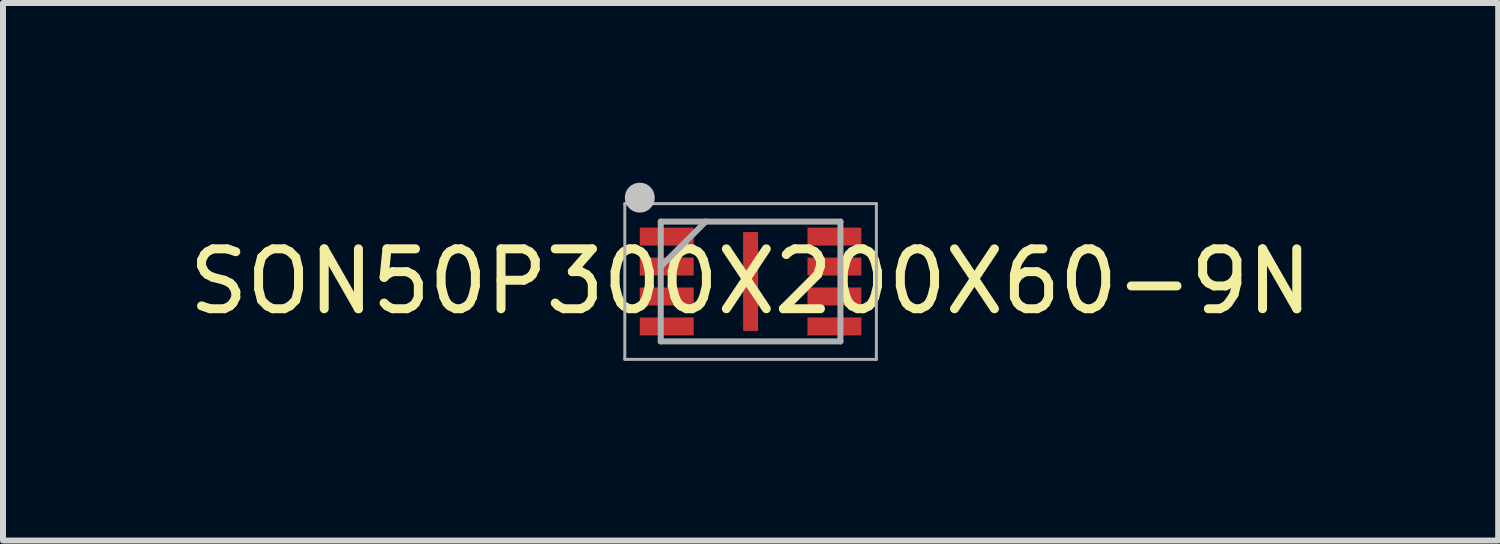
<source format=kicad_pcb>
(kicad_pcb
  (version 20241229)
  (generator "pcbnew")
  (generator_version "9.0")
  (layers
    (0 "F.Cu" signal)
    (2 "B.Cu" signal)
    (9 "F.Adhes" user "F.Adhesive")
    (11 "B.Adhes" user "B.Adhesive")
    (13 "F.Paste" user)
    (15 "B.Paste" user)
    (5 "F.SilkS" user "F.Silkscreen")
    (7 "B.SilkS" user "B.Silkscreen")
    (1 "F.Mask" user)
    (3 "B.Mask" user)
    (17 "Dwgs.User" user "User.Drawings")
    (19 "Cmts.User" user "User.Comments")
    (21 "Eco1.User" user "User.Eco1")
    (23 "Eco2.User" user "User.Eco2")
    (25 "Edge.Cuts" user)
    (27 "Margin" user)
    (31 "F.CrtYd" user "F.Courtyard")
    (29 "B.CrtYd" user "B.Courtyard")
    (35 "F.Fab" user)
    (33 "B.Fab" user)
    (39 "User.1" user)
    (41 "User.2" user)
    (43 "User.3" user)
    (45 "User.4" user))
  (footprint "SON50P300X200X60-9N"
    (layer "F.Cu")
    (at 9.482 1.65)
    (property "Reference" "SON50P300X200X60-9N" (at 0 0 0) (layer "F.SilkS") (effects (font (size 1 1) (thickness 0.15))))
    (attr smd)
    (fp_circle (center -1.85 -1.4) (end -1.725 -1.4) (stroke (width 0.25) (type solid)) (fill no) (layer "Dwgs.User"))
    (fp_line (start -2.1 -1.3) (end 2.1 -1.3) (stroke (width 0.05) (type solid)) (layer "F.Fab"))
    (fp_line (start -2.1 1.3) (end -2.1 -1.3) (stroke (width 0.05) (type solid)) (layer "F.Fab"))
    (fp_line (start -1.5 -1) (end -0.75 -1) (stroke (width 0.1) (type solid)) (layer "F.Fab"))
    (fp_line (start -1.5 -0.25) (end -1.5 -1) (stroke (width 0.1) (type solid)) (layer "F.Fab"))
    (fp_line (start -1.5 -0.25) (end -0.75 -1) (stroke (width 0.1) (type solid)) (layer "F.Fab"))
    (fp_line (start -1.5 1) (end -1.5 -0.25) (stroke (width 0.1) (type solid)) (layer "F.Fab"))
    (fp_line (start -0.75 -1) (end 1.5 -1) (stroke (width 0.1) (type solid)) (layer "F.Fab"))
    (fp_line (start 1.5 -1) (end 1.5 1) (stroke (width 0.1) (type solid)) (layer "F.Fab"))
    (fp_line (start 1.5 1) (end -1.5 1) (stroke (width 0.1) (type solid)) (layer "F.Fab"))
    (fp_line (start 2.1 -1.3) (end 2.1 1.3) (stroke (width 0.05) (type solid)) (layer "F.Fab"))
    (fp_line (start 2.1 1.3) (end -2.1 1.3) (stroke (width 0.05) (type solid)) (layer "F.Fab"))
    (pad "1" smd rect (at -1.4 -0.75) (size 0.9 0.3) (layers "F.Cu" "F.Mask" "F.Paste"))
    (pad "2" smd rect (at -1.4 -0.25) (size 0.9 0.3) (layers "F.Cu" "F.Mask" "F.Paste"))
    (pad "3" smd rect (at -1.4 0.25) (size 0.9 0.3) (layers "F.Cu" "F.Mask" "F.Paste"))
    (pad "4" smd rect (at -1.4 0.75) (size 0.9 0.3) (layers "F.Cu" "F.Mask" "F.Paste"))
    (pad "5" smd rect (at 1.4 0.75) (size 0.9 0.3) (layers "F.Cu" "F.Mask" "F.Paste"))
    (pad "6" smd rect (at 1.4 0.25) (size 0.9 0.3) (layers "F.Cu" "F.Mask" "F.Paste"))
    (pad "7" smd rect (at 1.4 -0.25) (size 0.9 0.3) (layers "F.Cu" "F.Mask" "F.Paste"))
    (pad "8" smd rect (at 1.4 -0.75) (size 0.9 0.3) (layers "F.Cu" "F.Mask" "F.Paste"))
    (pad "9" smd rect (at 0 0 90) (size 1.65 0.25) (layers "F.Cu" "F.Mask" "F.Paste")))
  (gr_rect
    (start -3 -3)
    (end 21.964 5.975)
    (stroke (width 0.1) (type default))
    (fill no)
    (layer "Edge.Cuts")))
</source>
